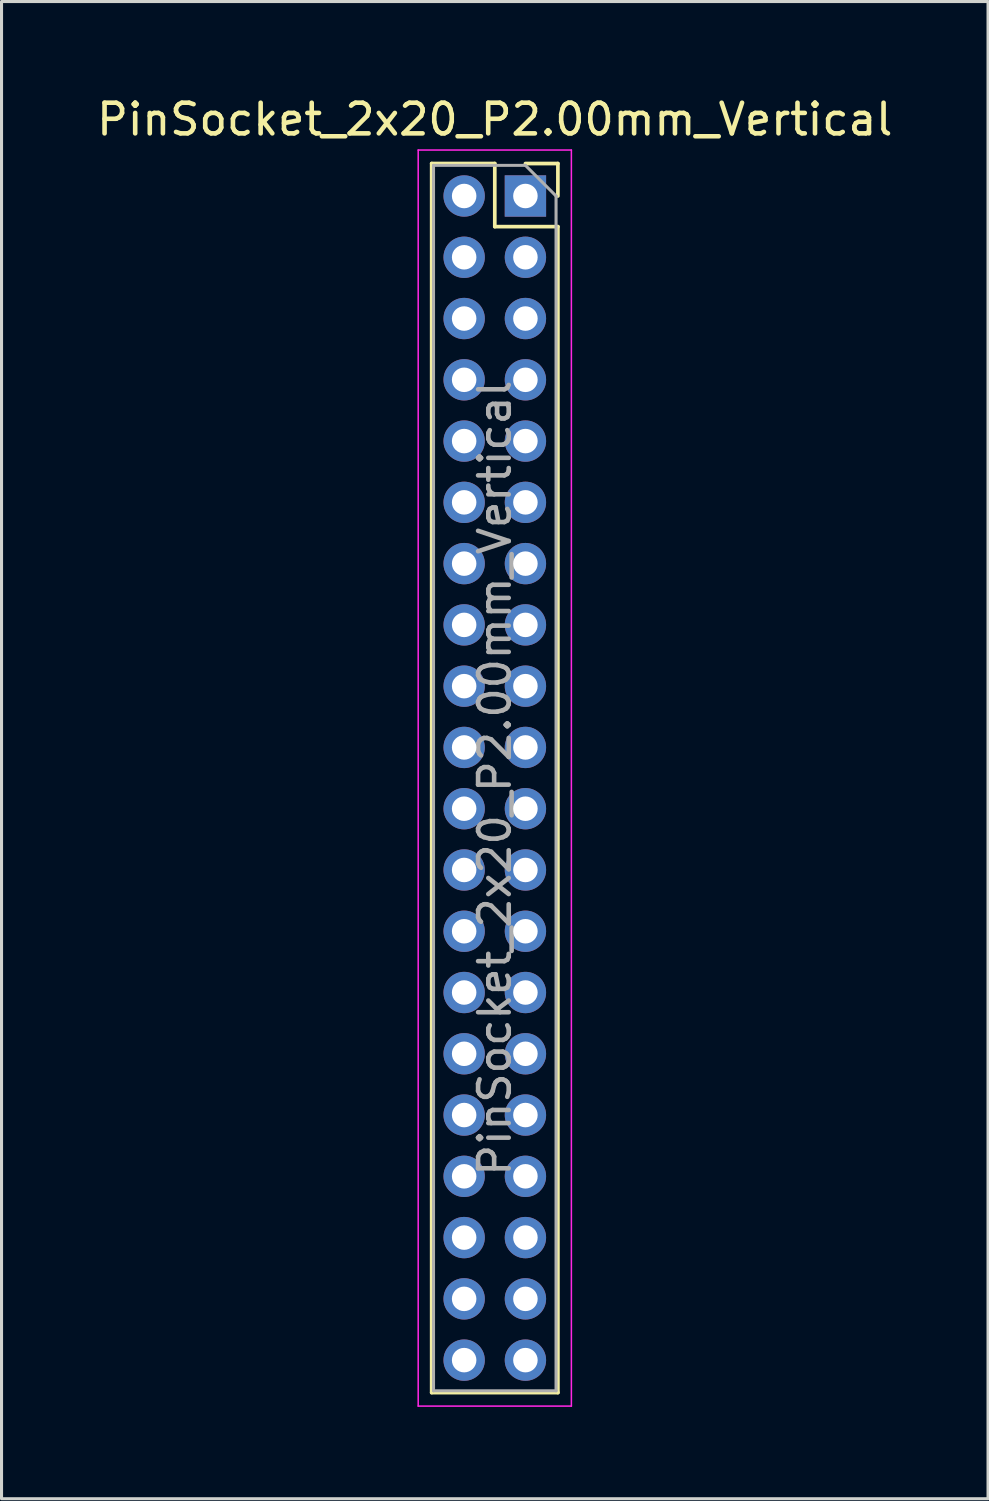
<source format=kicad_pcb>
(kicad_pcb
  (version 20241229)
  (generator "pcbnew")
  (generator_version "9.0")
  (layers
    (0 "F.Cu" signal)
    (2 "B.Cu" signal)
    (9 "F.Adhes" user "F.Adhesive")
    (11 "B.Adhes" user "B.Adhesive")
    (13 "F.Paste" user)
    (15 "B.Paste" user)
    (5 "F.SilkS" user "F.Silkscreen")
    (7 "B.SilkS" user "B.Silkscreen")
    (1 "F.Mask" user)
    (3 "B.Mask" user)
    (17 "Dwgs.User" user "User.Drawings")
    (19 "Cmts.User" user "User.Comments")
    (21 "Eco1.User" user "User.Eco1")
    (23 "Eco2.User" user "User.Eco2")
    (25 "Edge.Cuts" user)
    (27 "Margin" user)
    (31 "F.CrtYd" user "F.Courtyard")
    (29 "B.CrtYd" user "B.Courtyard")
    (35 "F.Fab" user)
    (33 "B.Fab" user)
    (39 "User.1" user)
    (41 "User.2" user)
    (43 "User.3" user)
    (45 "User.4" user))
  (footprint "PinSocket_2x20_P2.00mm_Vertical"
    (layer "F.Cu")
    (at 14.101 3.348)
    (property "Reference" "PinSocket_2x20_P2.00mm_Vertical" (at -1 -2.5 0) (layer "F.SilkS") (effects (font (size 1 1) (thickness 0.15))))
    (attr through_hole)
    (fp_line (start -3.06 -1.06) (end -3.06 39.06) (stroke (width 0.12) (type solid)) (layer "F.SilkS"))
    (fp_line (start -3.06 -1.06) (end -1 -1.06) (stroke (width 0.12) (type solid)) (layer "F.SilkS"))
    (fp_line (start -3.06 39.06) (end 1.06 39.06) (stroke (width 0.12) (type solid)) (layer "F.SilkS"))
    (fp_line (start -1 -1.06) (end -1 1) (stroke (width 0.12) (type solid)) (layer "F.SilkS"))
    (fp_line (start -1 1) (end 1.06 1) (stroke (width 0.12) (type solid)) (layer "F.SilkS"))
    (fp_line (start 0 -1.06) (end 1.06 -1.06) (stroke (width 0.12) (type solid)) (layer "F.SilkS"))
    (fp_line (start 1.06 -1.06) (end 1.06 0) (stroke (width 0.12) (type solid)) (layer "F.SilkS"))
    (fp_line (start 1.06 1) (end 1.06 39.06) (stroke (width 0.12) (type solid)) (layer "F.SilkS"))
    (fp_line (start -3.5 -1.5) (end 1.5 -1.5) (stroke (width 0.05) (type solid)) (layer "F.CrtYd"))
    (fp_line (start -3.5 39.5) (end -3.5 -1.5) (stroke (width 0.05) (type solid)) (layer "F.CrtYd"))
    (fp_line (start 1.5 -1.5) (end 1.5 39.5) (stroke (width 0.05) (type solid)) (layer "F.CrtYd"))
    (fp_line (start 1.5 39.5) (end -3.5 39.5) (stroke (width 0.05) (type solid)) (layer "F.CrtYd"))
    (fp_line (start -3 -1) (end 0 -1) (stroke (width 0.1) (type solid)) (layer "F.Fab"))
    (fp_line (start -3 39) (end -3 -1) (stroke (width 0.1) (type solid)) (layer "F.Fab"))
    (fp_line (start 0 -1) (end 1 0) (stroke (width 0.1) (type solid)) (layer "F.Fab"))
    (fp_line (start 1 0) (end 1 39) (stroke (width 0.1) (type solid)) (layer "F.Fab"))
    (fp_line (start 1 39) (end -3 39) (stroke (width 0.1) (type solid)) (layer "F.Fab"))
    (fp_text user "${REFERENCE}" (at -1 19 90) (layer "F.Fab") (effects (font (size 1 1) (thickness 0.15))))
    (pad "1" thru_hole rect (at 0 0) (size 1.35 1.35) (drill 0.8) (layers "*.Cu" "*.Mask"))
    (pad "2" thru_hole oval (at -2 0) (size 1.35 1.35) (drill 0.8) (layers "*.Cu" "*.Mask"))
    (pad "3" thru_hole oval (at 0 2) (size 1.35 1.35) (drill 0.8) (layers "*.Cu" "*.Mask"))
    (pad "4" thru_hole oval (at -2 2) (size 1.35 1.35) (drill 0.8) (layers "*.Cu" "*.Mask"))
    (pad "5" thru_hole oval (at 0 4) (size 1.35 1.35) (drill 0.8) (layers "*.Cu" "*.Mask"))
    (pad "6" thru_hole oval (at -2 4) (size 1.35 1.35) (drill 0.8) (layers "*.Cu" "*.Mask"))
    (pad "7" thru_hole oval (at 0 6) (size 1.35 1.35) (drill 0.8) (layers "*.Cu" "*.Mask"))
    (pad "8" thru_hole oval (at -2 6) (size 1.35 1.35) (drill 0.8) (layers "*.Cu" "*.Mask"))
    (pad "9" thru_hole oval (at 0 8) (size 1.35 1.35) (drill 0.8) (layers "*.Cu" "*.Mask"))
    (pad "10" thru_hole oval (at -2 8) (size 1.35 1.35) (drill 0.8) (layers "*.Cu" "*.Mask"))
    (pad "11" thru_hole oval (at 0 10) (size 1.35 1.35) (drill 0.8) (layers "*.Cu" "*.Mask"))
    (pad "12" thru_hole oval (at -2 10) (size 1.35 1.35) (drill 0.8) (layers "*.Cu" "*.Mask"))
    (pad "13" thru_hole oval (at 0 12) (size 1.35 1.35) (drill 0.8) (layers "*.Cu" "*.Mask"))
    (pad "14" thru_hole oval (at -2 12) (size 1.35 1.35) (drill 0.8) (layers "*.Cu" "*.Mask"))
    (pad "15" thru_hole oval (at 0 14) (size 1.35 1.35) (drill 0.8) (layers "*.Cu" "*.Mask"))
    (pad "16" thru_hole oval (at -2 14) (size 1.35 1.35) (drill 0.8) (layers "*.Cu" "*.Mask"))
    (pad "17" thru_hole oval (at 0 16) (size 1.35 1.35) (drill 0.8) (layers "*.Cu" "*.Mask"))
    (pad "18" thru_hole oval (at -2 16) (size 1.35 1.35) (drill 0.8) (layers "*.Cu" "*.Mask"))
    (pad "19" thru_hole oval (at 0 18) (size 1.35 1.35) (drill 0.8) (layers "*.Cu" "*.Mask"))
    (pad "20" thru_hole oval (at -2 18) (size 1.35 1.35) (drill 0.8) (layers "*.Cu" "*.Mask"))
    (pad "21" thru_hole oval (at 0 20) (size 1.35 1.35) (drill 0.8) (layers "*.Cu" "*.Mask"))
    (pad "22" thru_hole oval (at -2 20) (size 1.35 1.35) (drill 0.8) (layers "*.Cu" "*.Mask"))
    (pad "23" thru_hole oval (at 0 22) (size 1.35 1.35) (drill 0.8) (layers "*.Cu" "*.Mask"))
    (pad "24" thru_hole oval (at -2 22) (size 1.35 1.35) (drill 0.8) (layers "*.Cu" "*.Mask"))
    (pad "25" thru_hole oval (at 0 24) (size 1.35 1.35) (drill 0.8) (layers "*.Cu" "*.Mask"))
    (pad "26" thru_hole oval (at -2 24) (size 1.35 1.35) (drill 0.8) (layers "*.Cu" "*.Mask"))
    (pad "27" thru_hole oval (at 0 26) (size 1.35 1.35) (drill 0.8) (layers "*.Cu" "*.Mask"))
    (pad "28" thru_hole oval (at -2 26) (size 1.35 1.35) (drill 0.8) (layers "*.Cu" "*.Mask"))
    (pad "29" thru_hole oval (at 0 28) (size 1.35 1.35) (drill 0.8) (layers "*.Cu" "*.Mask"))
    (pad "30" thru_hole oval (at -2 28) (size 1.35 1.35) (drill 0.8) (layers "*.Cu" "*.Mask"))
    (pad "31" thru_hole oval (at 0 30) (size 1.35 1.35) (drill 0.8) (layers "*.Cu" "*.Mask"))
    (pad "32" thru_hole oval (at -2 30) (size 1.35 1.35) (drill 0.8) (layers "*.Cu" "*.Mask"))
    (pad "33" thru_hole oval (at 0 32) (size 1.35 1.35) (drill 0.8) (layers "*.Cu" "*.Mask"))
    (pad "34" thru_hole oval (at -2 32) (size 1.35 1.35) (drill 0.8) (layers "*.Cu" "*.Mask"))
    (pad "35" thru_hole oval (at 0 34) (size 1.35 1.35) (drill 0.8) (layers "*.Cu" "*.Mask"))
    (pad "36" thru_hole oval (at -2 34) (size 1.35 1.35) (drill 0.8) (layers "*.Cu" "*.Mask"))
    (pad "37" thru_hole oval (at 0 36) (size 1.35 1.35) (drill 0.8) (layers "*.Cu" "*.Mask"))
    (pad "38" thru_hole oval (at -2 36) (size 1.35 1.35) (drill 0.8) (layers "*.Cu" "*.Mask"))
    (pad "39" thru_hole oval (at 0 38) (size 1.35 1.35) (drill 0.8) (layers "*.Cu" "*.Mask"))
    (pad "40" thru_hole oval (at -2 38) (size 1.35 1.35) (drill 0.8) (layers "*.Cu" "*.Mask")))
  (gr_rect
    (start -3 -3)
    (end 29.202 45.873)
    (stroke (width 0.1) (type default))
    (fill no)
    (layer "Edge.Cuts")))
</source>
